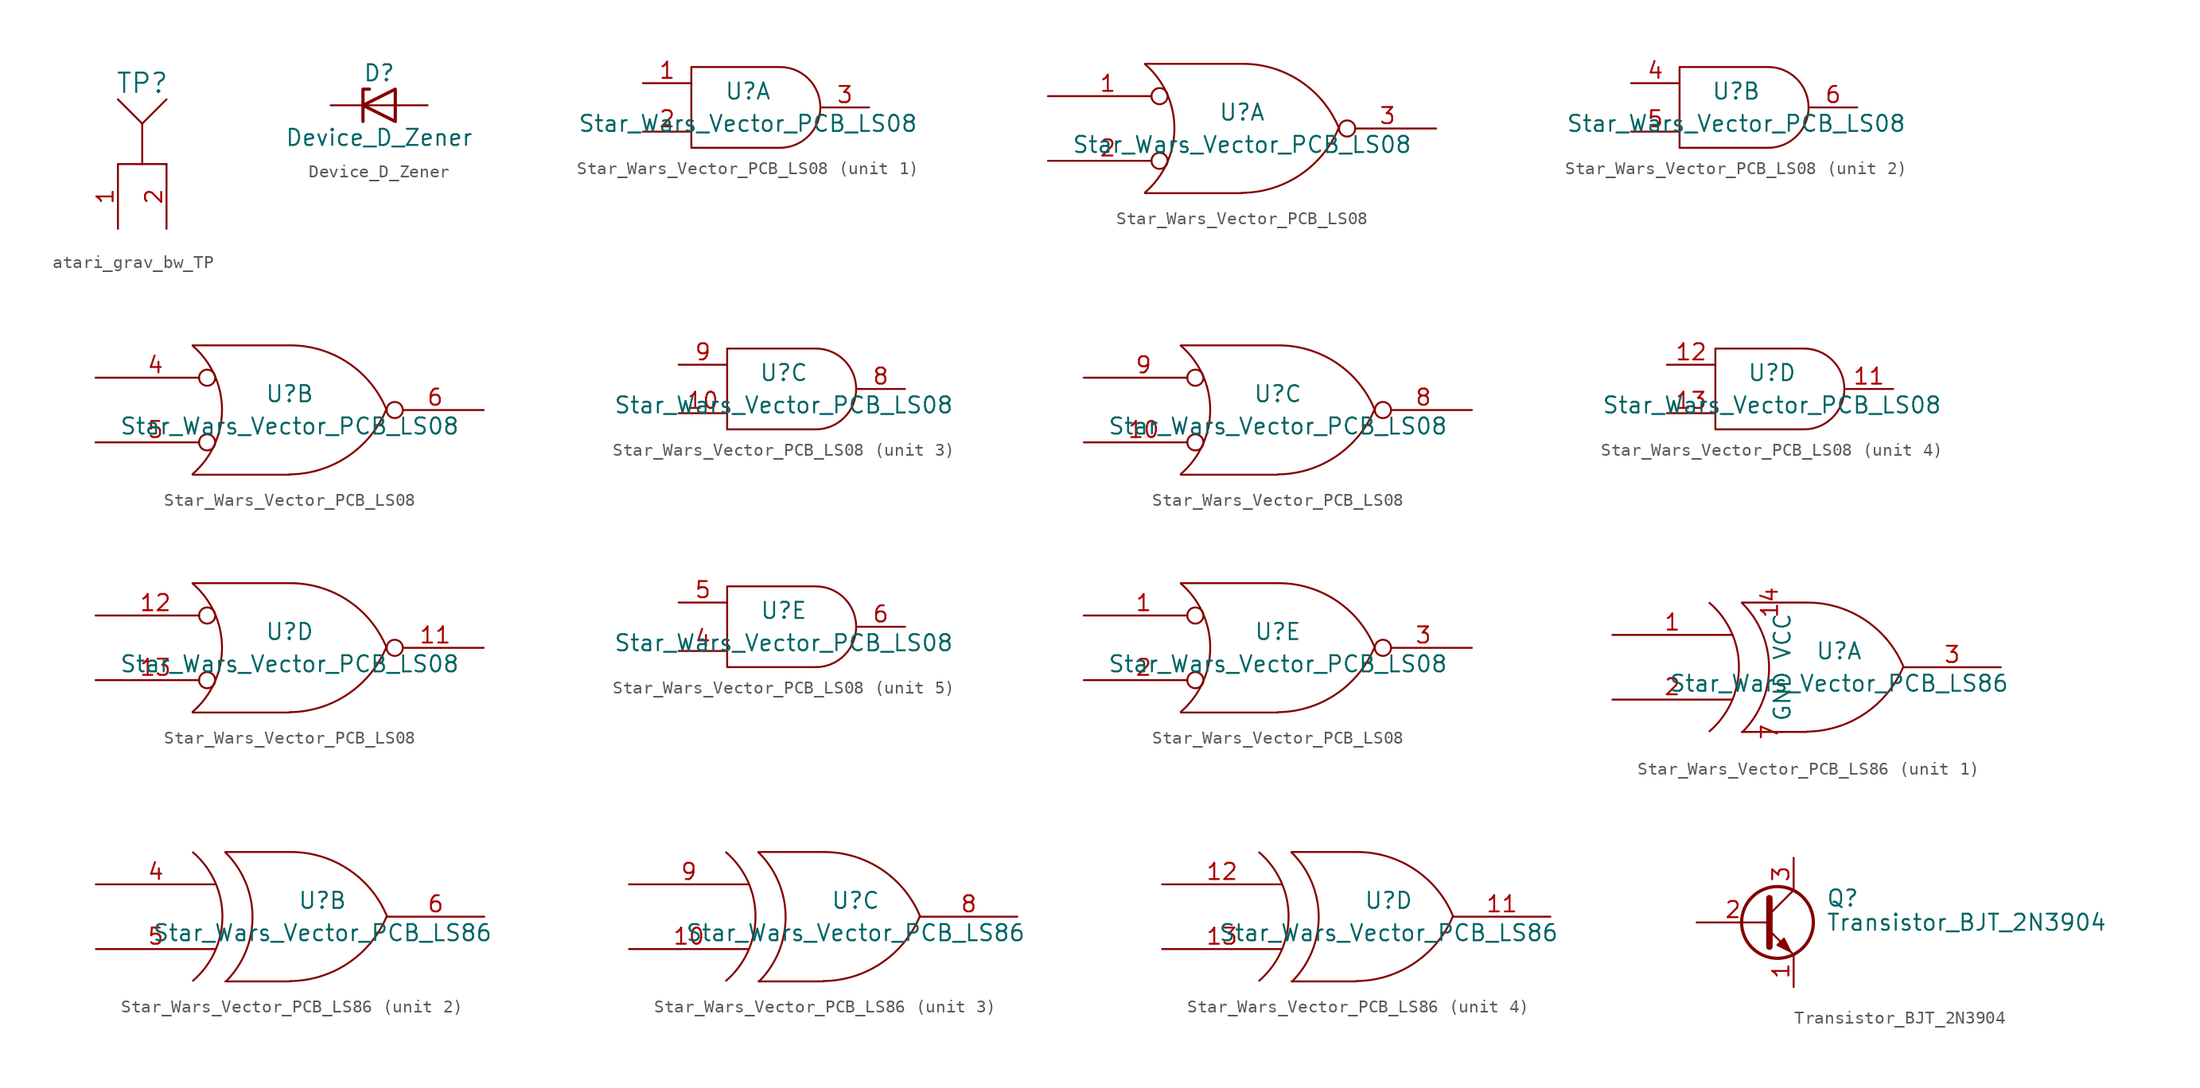
<source format=kicad_sym>
(kicad_symbol_lib
  (version 20211014)
  (generator kicad_symbol_editor)
  (symbol "atari_grav_bw_TP"
    (pin_names
      (offset 1.016))
    (property "Reference" "TP"
      (at 0 6.35 0)
      (effects (font (size 1.524 1.524))))
    (symbol "atari_grav_bw_TP_0_1"
      (polyline (pts (xy 1.905 0) (xy 0 0)) (stroke (width 0) (type default) (color 0 0 0 0)) (fill (type none)))
      (polyline (pts (xy -1.905 5.08) (xy 0 3.175) (xy 1.905 5.08)) (stroke (width 0) (type default) (color 0 0 0 0)) (fill (type none)))
      (polyline (pts (xy 0 3.175) (xy 0 0) (xy -1.905 0)) (stroke (width 0) (type default) (color 0 0 0 0)) (fill (type none))))
    (symbol "atari_grav_bw_TP_1_1"
      (pin input line (at -1.905 -5.08 90) (length 5.08) (name "~" (effects (font (size 1.27 1.27)))) (number "1" (effects (font (size 1.27 1.27)))))
      (pin input line (at 1.905 -5.08 90) (length 5.08) (name "~" (effects (font (size 1.27 1.27)))) (number "2" (effects (font (size 1.27 1.27)))))))
  (symbol "Device_D_Zener"
    (pin_numbers hide)
    (pin_names
      (offset 1.016) hide)
    (property "Reference" "D"
      (at 0 2.54 0)
      (effects (font (size 1.27 1.27))))
    (property "Value" "Device_D_Zener"
      (at 0 -2.54 0)
      (effects (font (size 1.27 1.27))))
    (symbol "Device_D_Zener_0_1"
      (polyline (pts (xy 1.27 0) (xy -1.27 0)) (stroke (width 0) (type default) (color 0 0 0 0)) (fill (type none)))
      (polyline (pts (xy -1.27 -1.27) (xy -1.27 1.27) (xy -0.762 1.27)) (stroke (width 0.254) (type default) (color 0 0 0 0)) (fill (type none)))
      (polyline (pts (xy 1.27 -1.27) (xy 1.27 1.27) (xy -1.27 0) (xy 1.27 -1.27)) (stroke (width 0.254) (type default) (color 0 0 0 0)) (fill (type none))))
    (symbol "Device_D_Zener_1_1"
      (pin passive line (at -3.81 0 0) (length 2.54) (name "K" (effects (font (size 1.27 1.27)))) (number "1" (effects (font (size 1.27 1.27)))))
      (pin passive line (at 3.81 0 180) (length 2.54) (name "A" (effects (font (size 1.27 1.27)))) (number "2" (effects (font (size 1.27 1.27)))))))
  (symbol "Star_Wars_Vector_PCB_LS08"
    (pin_names
      (offset 0.762))
    (property "Reference" "U"
      (at 0 1.27 0)
      (effects (font (size 1.27 1.27))))
    (property "Value" "Star_Wars_Vector_PCB_LS08"
      (at 0 -1.27 0)
      (effects (font (size 1.27 1.27))))
    (symbol "Star_Wars_Vector_PCB_LS08_0_1"
      (polyline (pts (xy 2.54 3.175) (xy -4.445 3.175) (xy -4.445 -3.175) (xy 2.54 -3.175)) (stroke (width 0) (type default) (color 0 0 0 0)) (fill (type none)))
      (arc (start 2.54 -3.175) (mid 5.6897 -0.0127) (end 2.5654 3.175) (stroke (width 0) (type default) (color 0 0 0 0)) (fill (type none))))
    (symbol "Star_Wars_Vector_PCB_LS08_0_2"
      (arc (start -7.62 -5.0292) (mid -5.3094 0.0082) (end -7.62 5.0546) (stroke (width 0) (type default) (color 0 0 0 0)) (fill (type none)))
      (arc (start 0 -5.0546) (mid 4.5632 -3.6449) (end 7.5946 0.0508) (stroke (width 0) (type default) (color 0 0 0 0)) (fill (type none)))
      (polyline (pts (xy -7.62 -5.08) (xy 0 -5.08)) (stroke (width 0) (type default) (color 0 0 0 0)) (fill (type none)))
      (polyline (pts (xy -7.62 5.08) (xy 0 5.08)) (stroke (width 0) (type default) (color 0 0 0 0)) (fill (type none)))
      (arc (start 7.62 0) (mid 4.6132 3.6946) (end 0.0508 5.08) (stroke (width 0) (type default) (color 0 0 0 0)) (fill (type none))))
    (symbol "Star_Wars_Vector_PCB_LS08_1_1"
      (pin input line (at -8.255 1.905 0) (length 3.81) (name "~" (effects (font (size 1.27 1.27)))) (number "1" (effects (font (size 1.27 1.27)))))
      (pin input line (at -8.255 -1.905 0) (length 3.81) (name "~" (effects (font (size 1.27 1.27)))) (number "2" (effects (font (size 1.27 1.27)))))
      (pin output line (at 9.525 0 180) (length 3.81) (name "~" (effects (font (size 1.27 1.27)))) (number "3" (effects (font (size 1.27 1.27))))))
    (symbol "Star_Wars_Vector_PCB_LS08_1_2"
      (pin input inverted (at -15.24 2.54 0) (length 9.398) (name "~" (effects (font (size 1.27 1.27)))) (number "1" (effects (font (size 1.27 1.27)))))
      (pin input inverted (at -15.24 -2.54 0) (length 9.398) (name "~" (effects (font (size 1.27 1.27)))) (number "2" (effects (font (size 1.27 1.27)))))
      (pin output inverted (at 15.24 0 180) (length 7.62) (name "~" (effects (font (size 1.27 1.27)))) (number "3" (effects (font (size 1.27 1.27))))))
    (symbol "Star_Wars_Vector_PCB_LS08_2_1"
      (pin input line (at -8.255 1.905 0) (length 3.81) (name "~" (effects (font (size 1.27 1.27)))) (number "4" (effects (font (size 1.27 1.27)))))
      (pin input line (at -8.255 -1.905 0) (length 3.81) (name "~" (effects (font (size 1.27 1.27)))) (number "5" (effects (font (size 1.27 1.27)))))
      (pin output line (at 9.525 0 180) (length 3.81) (name "~" (effects (font (size 1.27 1.27)))) (number "6" (effects (font (size 1.27 1.27))))))
    (symbol "Star_Wars_Vector_PCB_LS08_2_2"
      (pin input inverted (at -15.24 2.54 0) (length 9.398) (name "~" (effects (font (size 1.27 1.27)))) (number "4" (effects (font (size 1.27 1.27)))))
      (pin input inverted (at -15.24 -2.54 0) (length 9.398) (name "~" (effects (font (size 1.27 1.27)))) (number "5" (effects (font (size 1.27 1.27)))))
      (pin output inverted (at 15.24 0 180) (length 7.62) (name "~" (effects (font (size 1.27 1.27)))) (number "6" (effects (font (size 1.27 1.27))))))
    (symbol "Star_Wars_Vector_PCB_LS08_3_1"
      (pin input line (at -8.255 -1.905 0) (length 3.81) (name "~" (effects (font (size 1.27 1.27)))) (number "10" (effects (font (size 1.27 1.27)))))
      (pin output line (at 9.525 0 180) (length 3.81) (name "~" (effects (font (size 1.27 1.27)))) (number "8" (effects (font (size 1.27 1.27)))))
      (pin input line (at -8.255 1.905 0) (length 3.81) (name "~" (effects (font (size 1.27 1.27)))) (number "9" (effects (font (size 1.27 1.27))))))
    (symbol "Star_Wars_Vector_PCB_LS08_3_2"
      (pin input inverted (at -15.24 -2.54 0) (length 9.398) (name "~" (effects (font (size 1.27 1.27)))) (number "10" (effects (font (size 1.27 1.27)))))
      (pin output inverted (at 15.24 0 180) (length 7.62) (name "~" (effects (font (size 1.27 1.27)))) (number "8" (effects (font (size 1.27 1.27)))))
      (pin input inverted (at -15.24 2.54 0) (length 9.398) (name "~" (effects (font (size 1.27 1.27)))) (number "9" (effects (font (size 1.27 1.27))))))
    (symbol "Star_Wars_Vector_PCB_LS08_4_1"
      (pin output line (at 9.525 0 180) (length 3.81) (name "~" (effects (font (size 1.27 1.27)))) (number "11" (effects (font (size 1.27 1.27)))))
      (pin input line (at -8.255 1.905 0) (length 3.81) (name "~" (effects (font (size 1.27 1.27)))) (number "12" (effects (font (size 1.27 1.27)))))
      (pin input line (at -8.255 -1.905 0) (length 3.81) (name "~" (effects (font (size 1.27 1.27)))) (number "13" (effects (font (size 1.27 1.27))))))
    (symbol "Star_Wars_Vector_PCB_LS08_4_2"
      (pin output inverted (at 15.24 0 180) (length 7.62) (name "~" (effects (font (size 1.27 1.27)))) (number "11" (effects (font (size 1.27 1.27)))))
      (pin input inverted (at -15.24 2.54 0) (length 9.398) (name "~" (effects (font (size 1.27 1.27)))) (number "12" (effects (font (size 1.27 1.27)))))
      (pin input inverted (at -15.24 -2.54 0) (length 9.398) (name "~" (effects (font (size 1.27 1.27)))) (number "13" (effects (font (size 1.27 1.27))))))
    (symbol "Star_Wars_Vector_PCB_LS08_5_1"
      (pin input line (at -8.255 -1.905 0) (length 3.81) (name "~" (effects (font (size 1.27 1.27)))) (number "4" (effects (font (size 1.27 1.27)))))
      (pin input line (at -8.255 1.905 0) (length 3.81) (name "~" (effects (font (size 1.27 1.27)))) (number "5" (effects (font (size 1.27 1.27)))))
      (pin output line (at 9.525 0 180) (length 3.81) (name "~" (effects (font (size 1.27 1.27)))) (number "6" (effects (font (size 1.27 1.27))))))
    (symbol "Star_Wars_Vector_PCB_LS08_5_2"
      (pin input inverted (at -15.24 2.54 0) (length 9.398) (name "~" (effects (font (size 1.27 1.27)))) (number "1" (effects (font (size 1.27 1.27)))))
      (pin input inverted (at -15.24 -2.54 0) (length 9.398) (name "~" (effects (font (size 1.27 1.27)))) (number "2" (effects (font (size 1.27 1.27)))))
      (pin output inverted (at 15.24 0 180) (length 7.62) (name "~" (effects (font (size 1.27 1.27)))) (number "3" (effects (font (size 1.27 1.27)))))))
  (symbol "Star_Wars_Vector_PCB_LS86"
    (pin_names
      (offset 0.762))
    (property "Reference" "U"
      (at 2.54 1.27 0)
      (effects (font (size 1.27 1.27))))
    (property "Value" "Star_Wars_Vector_PCB_LS86"
      (at 2.54 -1.27 0)
      (effects (font (size 1.27 1.27))))
    (symbol "Star_Wars_Vector_PCB_LS86_0_1"
      (arc (start -7.62 -5.0292) (mid -5.3094 0.0082) (end -7.62 5.0546) (stroke (width 0) (type default) (color 0 0 0 0)) (fill (type none)))
      (arc (start -5.0292 -5.08) (mid -2.9462 -0.006) (end -5.08 5.0546) (stroke (width 0) (type default) (color 0 0 0 0)) (fill (type none)))
      (arc (start 0 -5.0546) (mid 4.5632 -3.6449) (end 7.5946 0.0508) (stroke (width 0) (type default) (color 0 0 0 0)) (fill (type none)))
      (polyline (pts (xy -5.08 -5.08) (xy 0 -5.08)) (stroke (width 0) (type default) (color 0 0 0 0)) (fill (type none)))
      (polyline (pts (xy -5.08 5.08) (xy 0 5.08)) (stroke (width 0) (type default) (color 0 0 0 0)) (fill (type none)))
      (arc (start 7.62 0) (mid 4.6132 3.6946) (end 0.0508 5.08) (stroke (width 0) (type default) (color 0 0 0 0)) (fill (type none))))
    (symbol "Star_Wars_Vector_PCB_LS86_1_1"
      (pin input line (at -15.24 2.54 0) (length 9.398) (name "~" (effects (font (size 1.27 1.27)))) (number "1" (effects (font (size 1.27 1.27)))))
      (pin power_in line (at -1.905 5.08 270) (length 0) (name "VCC" (effects (font (size 1.27 1.27)))) (number "14" (effects (font (size 1.27 1.27)))))
      (pin input line (at -15.24 -2.54 0) (length 9.398) (name "~" (effects (font (size 1.27 1.27)))) (number "2" (effects (font (size 1.27 1.27)))))
      (pin output line (at 15.24 0 180) (length 7.62) (name "~" (effects (font (size 1.27 1.27)))) (number "3" (effects (font (size 1.27 1.27)))))
      (pin power_in line (at -1.905 -5.08 90) (length 0) (name "GND" (effects (font (size 1.27 1.27)))) (number "7" (effects (font (size 1.27 1.27))))))
    (symbol "Star_Wars_Vector_PCB_LS86_2_1"
      (pin input line (at -15.24 2.54 0) (length 9.398) (name "~" (effects (font (size 1.27 1.27)))) (number "4" (effects (font (size 1.27 1.27)))))
      (pin input line (at -15.24 -2.54 0) (length 9.398) (name "~" (effects (font (size 1.27 1.27)))) (number "5" (effects (font (size 1.27 1.27)))))
      (pin output line (at 15.24 0 180) (length 7.62) (name "~" (effects (font (size 1.27 1.27)))) (number "6" (effects (font (size 1.27 1.27))))))
    (symbol "Star_Wars_Vector_PCB_LS86_3_1"
      (pin input line (at -15.24 -2.54 0) (length 9.398) (name "~" (effects (font (size 1.27 1.27)))) (number "10" (effects (font (size 1.27 1.27)))))
      (pin output line (at 15.24 0 180) (length 7.62) (name "~" (effects (font (size 1.27 1.27)))) (number "8" (effects (font (size 1.27 1.27)))))
      (pin input line (at -15.24 2.54 0) (length 9.398) (name "~" (effects (font (size 1.27 1.27)))) (number "9" (effects (font (size 1.27 1.27))))))
    (symbol "Star_Wars_Vector_PCB_LS86_4_1"
      (pin output line (at 15.24 0 180) (length 7.62) (name "~" (effects (font (size 1.27 1.27)))) (number "11" (effects (font (size 1.27 1.27)))))
      (pin input line (at -15.24 2.54 0) (length 9.398) (name "~" (effects (font (size 1.27 1.27)))) (number "12" (effects (font (size 1.27 1.27)))))
      (pin input line (at -15.24 -2.54 0) (length 9.398) (name "~" (effects (font (size 1.27 1.27)))) (number "13" (effects (font (size 1.27 1.27)))))))
  (symbol "Transistor_BJT_2N3904"
    (pin_names
      (offset 0) hide)
    (property "Reference" "Q"
      (at 5.08 1.905 0)
      (effects (font (size 1.27 1.27)) (justify left)))
    (property "Value" "Transistor_BJT_2N3904"
      (at 5.08 0 0)
      (effects (font (size 1.27 1.27)) (justify left)))
    (symbol "Transistor_BJT_2N3904_0_1"
      (polyline (pts (xy 0.635 0.635) (xy 2.54 2.54)) (stroke (width 0) (type default) (color 0 0 0 0)) (fill (type none)))
      (polyline (pts (xy 0.635 -0.635) (xy 2.54 -2.54) (xy 2.54 -2.54)) (stroke (width 0) (type default) (color 0 0 0 0)) (fill (type none)))
      (polyline (pts (xy 0.635 1.905) (xy 0.635 -1.905) (xy 0.635 -1.905)) (stroke (width 0.508) (type default) (color 0 0 0 0)) (fill (type none)))
      (polyline (pts (xy 1.27 -1.778) (xy 1.778 -1.27) (xy 2.286 -2.286) (xy 1.27 -1.778) (xy 1.27 -1.778)) (stroke (width 0) (type default) (color 0 0 0 0)) (fill (type outline)))
      (circle (center 1.27 0) (radius 2.819) (stroke (width 0.254) (type default) (color 0 0 0 0)) (fill (type none))))
    (symbol "Transistor_BJT_2N3904_1_1"
      (pin passive line (at 2.54 -5.08 90) (length 2.54) (name "E" (effects (font (size 1.27 1.27)))) (number "1" (effects (font (size 1.27 1.27)))))
      (pin passive line (at -5.08 0 0) (length 5.715) (name "B" (effects (font (size 1.27 1.27)))) (number "2" (effects (font (size 1.27 1.27)))))
      (pin passive line (at 2.54 5.08 270) (length 2.54) (name "C" (effects (font (size 1.27 1.27)))) (number "3" (effects (font (size 1.27 1.27))))))))
</source>
